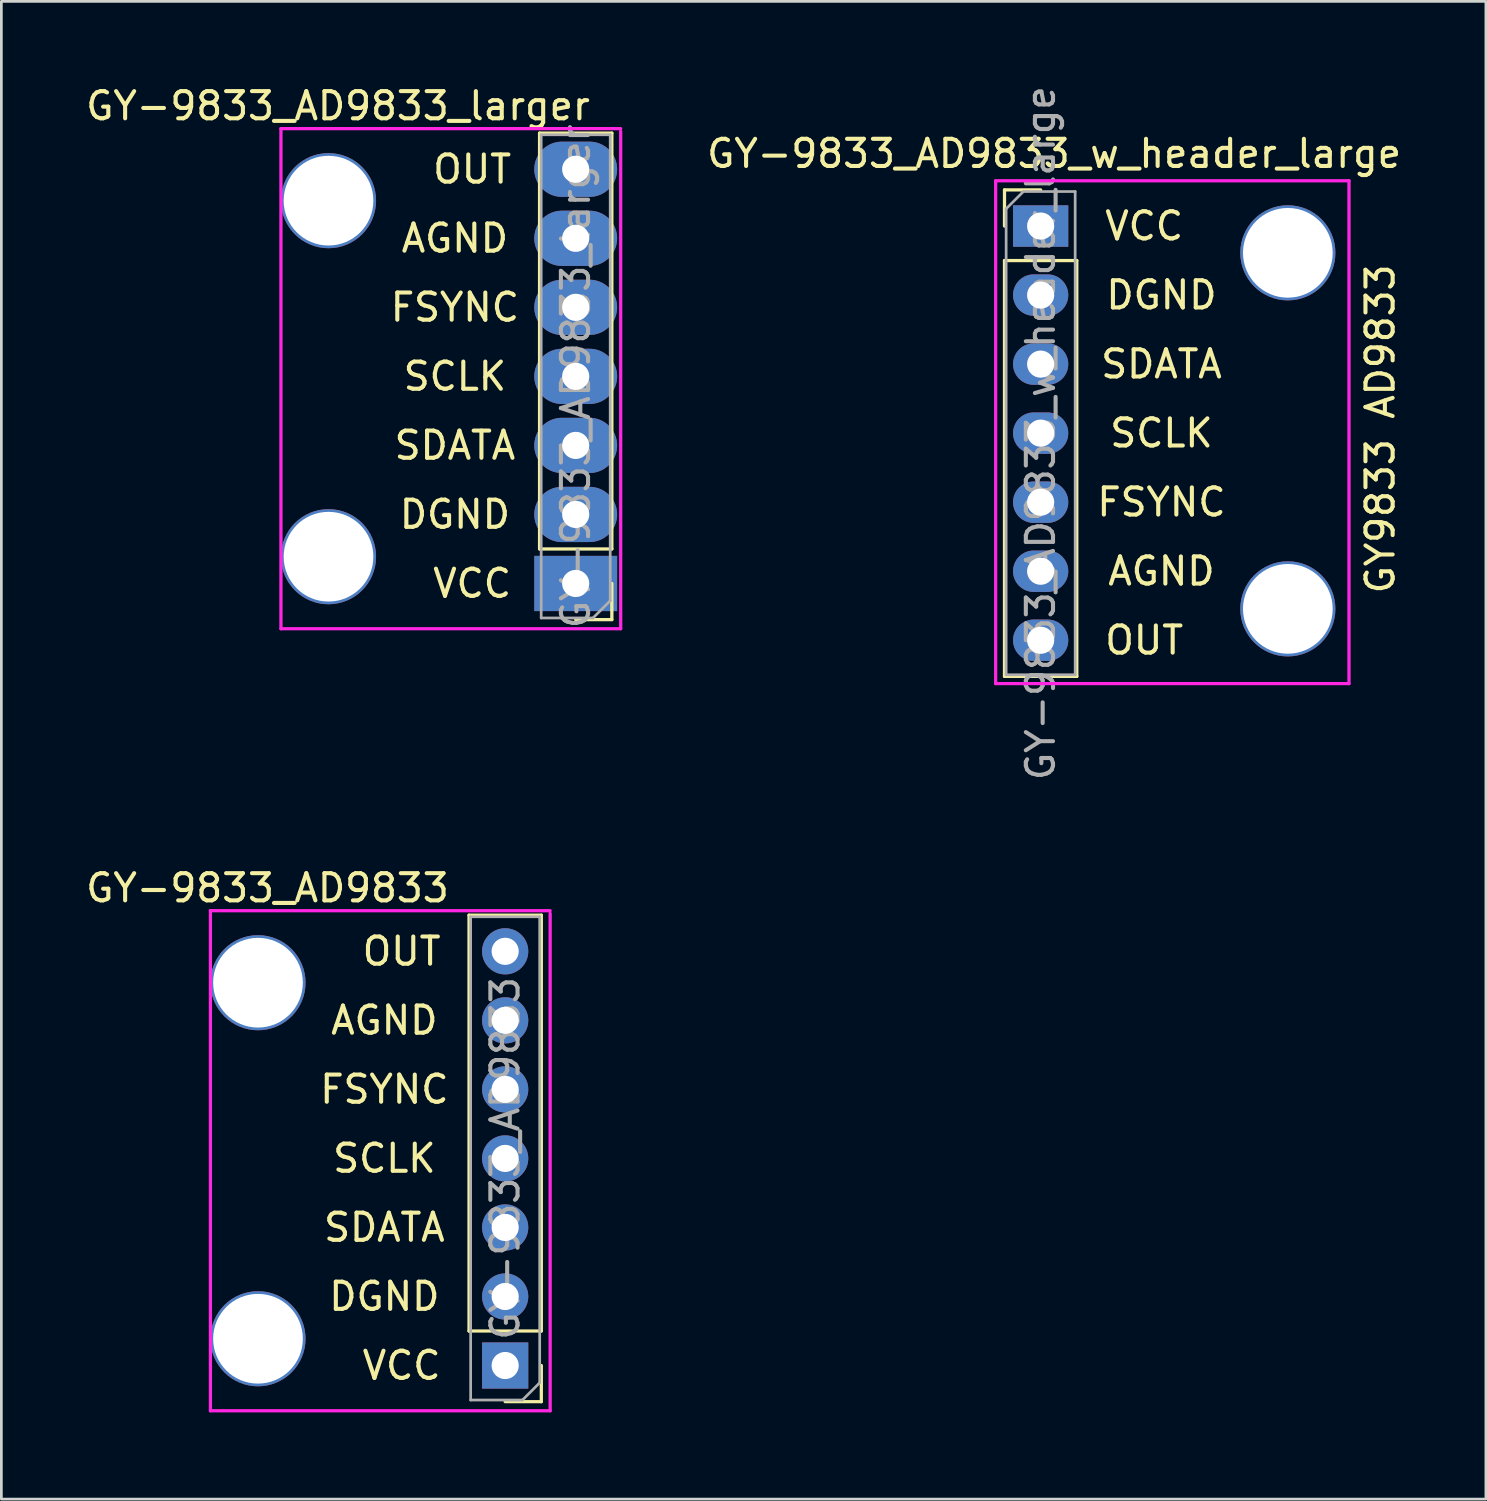
<source format=kicad_pcb>
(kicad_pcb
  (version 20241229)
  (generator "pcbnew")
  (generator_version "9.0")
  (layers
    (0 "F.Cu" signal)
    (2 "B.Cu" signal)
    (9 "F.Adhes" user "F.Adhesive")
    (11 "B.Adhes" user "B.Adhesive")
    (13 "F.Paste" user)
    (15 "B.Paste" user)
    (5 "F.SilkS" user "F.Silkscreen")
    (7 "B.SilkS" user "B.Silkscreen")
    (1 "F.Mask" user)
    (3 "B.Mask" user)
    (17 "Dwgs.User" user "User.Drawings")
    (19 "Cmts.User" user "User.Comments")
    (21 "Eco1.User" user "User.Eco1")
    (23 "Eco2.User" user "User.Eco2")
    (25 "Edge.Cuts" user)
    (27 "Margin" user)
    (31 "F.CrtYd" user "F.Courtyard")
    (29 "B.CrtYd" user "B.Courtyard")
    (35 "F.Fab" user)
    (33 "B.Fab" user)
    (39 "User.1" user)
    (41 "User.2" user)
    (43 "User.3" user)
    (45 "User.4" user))
  (footprint "GY-9833_AD9833_w_header_large"
    (layer "F.Cu")
    (at 35.235 5.232)
    (property "Reference" "GY-9833_AD9833_w_header_large" (at 0.499 -2.63 0) (layer "F.SilkS") (effects (font (size 1 1) (thickness 0.15))))
    (attr through_hole)
    (fp_line (start -1.326 -1.295) (end 0.004 -1.295) (stroke (width 0.12) (type solid)) (layer "F.SilkS"))
    (fp_line (start -1.326 0.035) (end -1.326 -1.295) (stroke (width 0.12) (type solid)) (layer "F.SilkS"))
    (fp_line (start -1.326 1.305) (end -1.326 16.605) (stroke (width 0.12) (type solid)) (layer "F.SilkS"))
    (fp_line (start -1.326 1.305) (end 1.334 1.305) (stroke (width 0.12) (type solid)) (layer "F.SilkS"))
    (fp_line (start -1.326 16.605) (end 1.334 16.605) (stroke (width 0.12) (type solid)) (layer "F.SilkS"))
    (fp_line (start 1.334 1.305) (end 1.334 16.605) (stroke (width 0.12) (type solid)) (layer "F.SilkS"))
    (fp_line (start -1.651 -1.63) (end -1.651 16.87) (stroke (width 0.12) (type solid)) (layer "F.CrtYd"))
    (fp_line (start -1.651 -1.63) (end 11.349 -1.63) (stroke (width 0.12) (type solid)) (layer "F.CrtYd"))
    (fp_line (start -1.651 16.87) (end 11.349 16.87) (stroke (width 0.12) (type solid)) (layer "F.CrtYd"))
    (fp_line (start 11.349 -1.63) (end 11.349 16.87) (stroke (width 0.12) (type solid)) (layer "F.CrtYd"))
    (fp_line (start -1.266 -0.6) (end -0.631 -1.235) (stroke (width 0.1) (type solid)) (layer "F.Fab"))
    (fp_line (start -1.266 16.545) (end -1.266 -0.6) (stroke (width 0.1) (type solid)) (layer "F.Fab"))
    (fp_line (start -0.631 -1.235) (end 1.274 -1.235) (stroke (width 0.1) (type solid)) (layer "F.Fab"))
    (fp_line (start 1.274 -1.235) (end 1.274 16.545) (stroke (width 0.1) (type solid)) (layer "F.Fab"))
    (fp_line (start 1.274 16.545) (end -1.266 16.545) (stroke (width 0.1) (type solid)) (layer "F.Fab"))
    (fp_text user "SCLK" (at 4.449 7.655 180) (layer "F.SilkS") (effects (font (size 1 1) (thickness 0.15))))
    (fp_text user "FSYNC" (at 4.449 10.195 180) (layer "F.SilkS") (effects (font (size 1 1) (thickness 0.15))))
    (fp_text user "VCC" (at 3.814 0.035 180) (layer "F.SilkS") (effects (font (size 1 1) (thickness 0.15))))
    (fp_text user "DGND" (at 4.449 2.575 180) (layer "F.SilkS") (effects (font (size 1 1) (thickness 0.15))))
    (fp_text user "GY9833 AD9833" (at 12.5 7.5 90) (layer "F.SilkS") (effects (font (size 1 1) (thickness 0.15))))
    (fp_text user "OUT" (at 3.814 15.275 180) (layer "F.SilkS") (effects (font (size 1 1) (thickness 0.15))))
    (fp_text user "SDATA" (at 4.449 5.115 180) (layer "F.SilkS") (effects (font (size 1 1) (thickness 0.15))))
    (fp_text user "AGND" (at 4.449 12.735 180) (layer "F.SilkS") (effects (font (size 1 1) (thickness 0.15))))
    (fp_text user "${REFERENCE}" (at 0.004 7.655 90) (layer "F.Fab") (effects (font (size 1 1) (thickness 0.15))))
    (pad "" thru_hole circle (at 9.099 1.02 180) (size 3.5 3.5) (drill 3.3) (layers "*.Cu" "*.Mask"))
    (pad "" thru_hole circle (at 9.099 14.12 180) (size 3.5 3.5) (drill 3.3) (layers "*.Cu" "*.Mask"))
    (pad "1" thru_hole rect (at 0.004 0.035) (size 2.032 1.524) (drill 1) (layers "*.Cu" "*.Mask"))
    (pad "2" thru_hole oval (at 0.004 2.575) (size 2.032 1.524) (drill 1) (layers "*.Cu" "*.Mask"))
    (pad "3" thru_hole oval (at 0.004 5.115) (size 2.032 1.524) (drill 1) (layers "*.Cu" "*.Mask"))
    (pad "4" thru_hole oval (at 0.004 7.655) (size 2.032 1.524) (drill 1) (layers "*.Cu" "*.Mask"))
    (pad "5" thru_hole oval (at 0.004 10.195) (size 2.032 1.524) (drill 1) (layers "*.Cu" "*.Mask"))
    (pad "6" thru_hole oval (at 0.004 12.735) (size 2.032 1.524) (drill 1) (layers "*.Cu" "*.Mask"))
    (pad "7" thru_hole oval (at 0.004 15.275) (size 2.032 1.524) (drill 1) (layers "*.Cu" "*.Mask")))
  (footprint "GY-9833_AD9833"
    (layer "F.Cu")
    (at 15.542 48.857)
    (property "Reference" "GY-9833_AD9833" (at -8.75 -19.235 0) (layer "F.SilkS") (effects (font (size 1 1) (thickness 0.15))))
    (attr through_hole)
    (fp_line (start -1.335 -2.935) (end -1.335 -18.235) (stroke (width 0.12) (type solid)) (layer "F.SilkS"))
    (fp_line (start 1.325 -18.235) (end -1.335 -18.235) (stroke (width 0.12) (type solid)) (layer "F.SilkS"))
    (fp_line (start 1.325 -2.935) (end -1.335 -2.935) (stroke (width 0.12) (type solid)) (layer "F.SilkS"))
    (fp_line (start 1.325 -2.935) (end 1.325 -18.235) (stroke (width 0.12) (type solid)) (layer "F.SilkS"))
    (fp_line (start 1.325 -1.665) (end 1.325 -0.335) (stroke (width 0.12) (type solid)) (layer "F.SilkS"))
    (fp_line (start 1.325 -0.335) (end -0.005 -0.335) (stroke (width 0.12) (type solid)) (layer "F.SilkS"))
    (fp_line (start -10.85 -18.4) (end 1.65 -18.4) (stroke (width 0.12) (type solid)) (layer "F.CrtYd"))
    (fp_line (start -10.85 0) (end -10.85 -18.4) (stroke (width 0.12) (type solid)) (layer "F.CrtYd"))
    (fp_line (start 1.65 -18.3) (end 1.65 0) (stroke (width 0.12) (type solid)) (layer "F.CrtYd"))
    (fp_line (start 1.65 0) (end -10.85 0) (stroke (width 0.12) (type solid)) (layer "F.CrtYd"))
    (fp_line (start -1.275 -18.175) (end 1.265 -18.175) (stroke (width 0.1) (type solid)) (layer "F.Fab"))
    (fp_line (start -1.275 -0.395) (end -1.275 -18.175) (stroke (width 0.1) (type solid)) (layer "F.Fab"))
    (fp_line (start 0.63 -0.395) (end -1.275 -0.395) (stroke (width 0.1) (type solid)) (layer "F.Fab"))
    (fp_line (start 1.265 -18.175) (end 1.265 -1.03) (stroke (width 0.1) (type solid)) (layer "F.Fab"))
    (fp_line (start 1.265 -1.03) (end 0.63 -0.395) (stroke (width 0.1) (type solid)) (layer "F.Fab"))
    (fp_text user "AGND" (at -4.45 -14.365 0) (layer "F.SilkS") (effects (font (size 1 1) (thickness 0.15))))
    (fp_text user "FSYNC" (at -4.45 -11.825 0) (layer "F.SilkS") (effects (font (size 1 1) (thickness 0.15))))
    (fp_text user "VCC" (at -3.815 -1.665 0) (layer "F.SilkS") (effects (font (size 1 1) (thickness 0.15))))
    (fp_text user "DGND" (at -4.45 -4.205 0) (layer "F.SilkS") (effects (font (size 1 1) (thickness 0.15))))
    (fp_text user "SCLK" (at -4.45 -9.285 0) (layer "F.SilkS") (effects (font (size 1 1) (thickness 0.15))))
    (fp_text user "OUT" (at -3.815 -16.905 0) (layer "F.SilkS") (effects (font (size 1 1) (thickness 0.15))))
    (fp_text user "SDATA" (at -4.45 -6.745 0) (layer "F.SilkS") (effects (font (size 1 1) (thickness 0.15))))
    (fp_text user "${REFERENCE}" (at -0.005 -9.285 270) (layer "F.Fab") (effects (font (size 1 1) (thickness 0.15))))
    (pad "" thru_hole circle (at -9.1 -15.75) (size 3.5 3.5) (drill 3.3) (layers "*.Cu" "*.Mask"))
    (pad "" thru_hole circle (at -9.1 -2.65) (size 3.5 3.5) (drill 3.3) (layers "*.Cu" "*.Mask"))
    (pad "1" thru_hole rect (at -0.005 -1.665 180) (size 1.7 1.7) (drill 1) (layers "*.Cu" "*.Mask"))
    (pad "2" thru_hole oval (at -0.005 -4.205 180) (size 1.7 1.7) (drill 1) (layers "*.Cu" "*.Mask"))
    (pad "3" thru_hole oval (at -0.005 -6.745 180) (size 1.7 1.7) (drill 1) (layers "*.Cu" "*.Mask"))
    (pad "4" thru_hole oval (at -0.005 -9.285 180) (size 1.7 1.7) (drill 1) (layers "*.Cu" "*.Mask"))
    (pad "5" thru_hole oval (at -0.005 -11.825 180) (size 1.7 1.7) (drill 1) (layers "*.Cu" "*.Mask"))
    (pad "6" thru_hole oval (at -0.005 -14.365 180) (size 1.7 1.7) (drill 1) (layers "*.Cu" "*.Mask"))
    (pad "7" thru_hole oval (at -0.005 -16.905 180) (size 1.7 1.7) (drill 1) (layers "*.Cu" "*.Mask")))
  (footprint "GY-9833_AD9833_larger"
    (layer "F.Cu")
    (at 18.137 20.083)
    (property "Reference" "GY-9833_AD9833_larger" (at -8.75 -19.235 0) (layer "F.SilkS") (effects (font (size 1 1) (thickness 0.15))))
    (attr through_hole)
    (fp_line (start -1.335 -2.935) (end -1.335 -18.235) (stroke (width 0.12) (type solid)) (layer "F.SilkS"))
    (fp_line (start 1.325 -18.235) (end -1.335 -18.235) (stroke (width 0.12) (type solid)) (layer "F.SilkS"))
    (fp_line (start 1.325 -2.935) (end -1.335 -2.935) (stroke (width 0.12) (type solid)) (layer "F.SilkS"))
    (fp_line (start 1.325 -2.935) (end 1.325 -18.235) (stroke (width 0.12) (type solid)) (layer "F.SilkS"))
    (fp_line (start 1.325 -1.665) (end 1.325 -0.335) (stroke (width 0.12) (type solid)) (layer "F.SilkS"))
    (fp_line (start 1.325 -0.335) (end -0.005 -0.335) (stroke (width 0.12) (type solid)) (layer "F.SilkS"))
    (fp_line (start -10.85 -18.4) (end 1.65 -18.4) (stroke (width 0.12) (type solid)) (layer "F.CrtYd"))
    (fp_line (start -10.85 0) (end -10.85 -18.4) (stroke (width 0.12) (type solid)) (layer "F.CrtYd"))
    (fp_line (start 1.65 -18.3) (end 1.65 0) (stroke (width 0.12) (type solid)) (layer "F.CrtYd"))
    (fp_line (start 1.65 0) (end -10.85 0) (stroke (width 0.12) (type solid)) (layer "F.CrtYd"))
    (fp_line (start -1.275 -18.175) (end 1.265 -18.175) (stroke (width 0.1) (type solid)) (layer "F.Fab"))
    (fp_line (start -1.275 -0.395) (end -1.275 -18.175) (stroke (width 0.1) (type solid)) (layer "F.Fab"))
    (fp_line (start 0.63 -0.395) (end -1.275 -0.395) (stroke (width 0.1) (type solid)) (layer "F.Fab"))
    (fp_line (start 1.265 -18.175) (end 1.265 -1.03) (stroke (width 0.1) (type solid)) (layer "F.Fab"))
    (fp_line (start 1.265 -1.03) (end 0.63 -0.395) (stroke (width 0.1) (type solid)) (layer "F.Fab"))
    (fp_text user "FSYNC" (at -4.45 -11.825 0) (layer "F.SilkS") (effects (font (size 1 1) (thickness 0.15))))
    (fp_text user "SCLK" (at -4.45 -9.285 0) (layer "F.SilkS") (effects (font (size 1 1) (thickness 0.15))))
    (fp_text user "VCC" (at -3.815 -1.665 0) (layer "F.SilkS") (effects (font (size 1 1) (thickness 0.15))))
    (fp_text user "OUT" (at -3.815 -16.905 0) (layer "F.SilkS") (effects (font (size 1 1) (thickness 0.15))))
    (fp_text user "AGND" (at -4.45 -14.365 0) (layer "F.SilkS") (effects (font (size 1 1) (thickness 0.15))))
    (fp_text user "DGND" (at -4.45 -4.205 0) (layer "F.SilkS") (effects (font (size 1 1) (thickness 0.15))))
    (fp_text user "SDATA" (at -4.45 -6.745 0) (layer "F.SilkS") (effects (font (size 1 1) (thickness 0.15))))
    (fp_text user "${REFERENCE}" (at -0.005 -9.285 270) (layer "F.Fab") (effects (font (size 1 1) (thickness 0.15))))
    (pad "" thru_hole circle (at -9.1 -15.75) (size 3.5 3.5) (drill 3.3) (layers "*.Cu" "*.Mask"))
    (pad "" thru_hole circle (at -9.1 -2.65) (size 3.5 3.5) (drill 3.3) (layers "*.Cu" "*.Mask"))
    (pad "1" thru_hole rect (at -0.005 -1.665 180) (size 3.048 2.032) (drill 1) (layers "*.Cu" "*.Mask"))
    (pad "2" thru_hole oval (at -0.005 -4.205 180) (size 3.048 2.032) (drill 1) (layers "*.Cu" "*.Mask"))
    (pad "3" thru_hole oval (at -0.005 -6.745 180) (size 3.048 2.032) (drill 1) (layers "*.Cu" "*.Mask"))
    (pad "4" thru_hole oval (at -0.005 -9.285 180) (size 3.048 2.032) (drill 1) (layers "*.Cu" "*.Mask"))
    (pad "5" thru_hole oval (at -0.005 -11.825 180) (size 3.048 2.032) (drill 1) (layers "*.Cu" "*.Mask"))
    (pad "6" thru_hole oval (at -0.005 -14.365 180) (size 3.048 2.032) (drill 1) (layers "*.Cu" "*.Mask"))
    (pad "7" thru_hole oval (at -0.005 -16.905 180) (size 3.048 2.032) (drill 1) (layers "*.Cu" "*.Mask")))
  (gr_rect
    (start -3 -3)
    (end 51.621 52.107)
    (stroke (width 0.1) (type default))
    (fill no)
    (layer "Edge.Cuts")))
</source>
